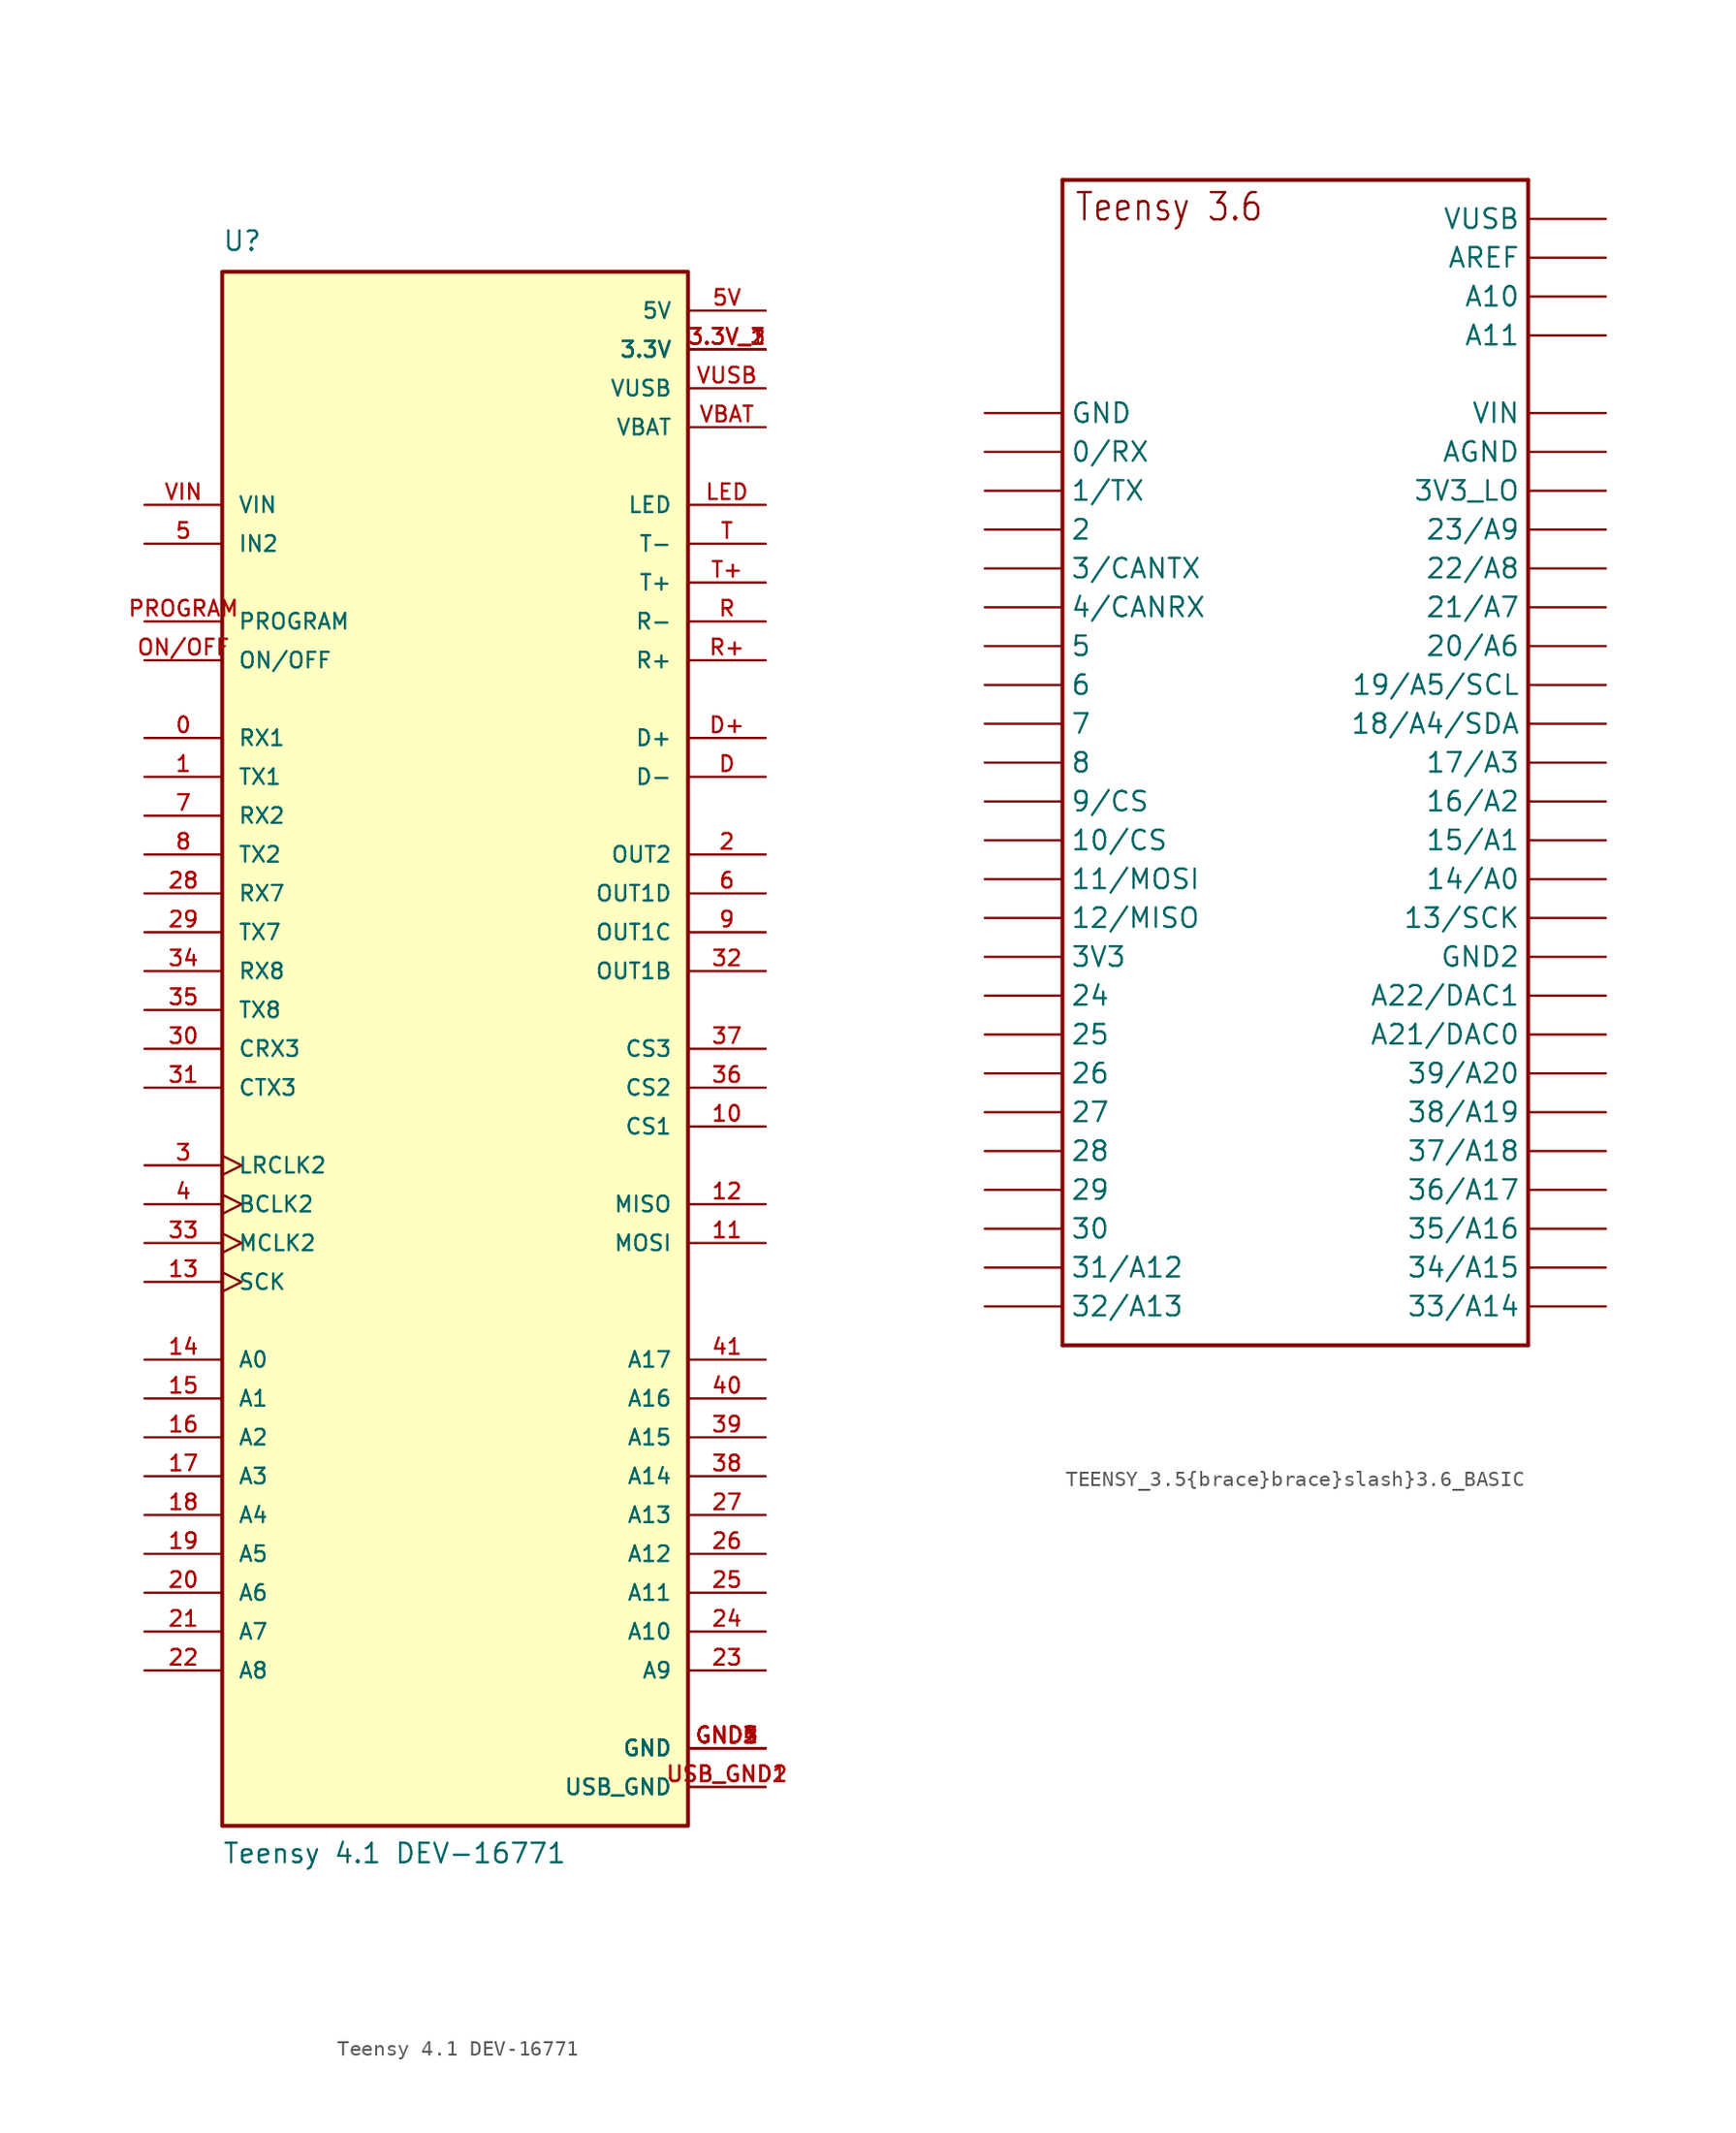
<source format=kicad_sym>
(kicad_symbol_lib
  (version 20211014)
  (generator kicad_symbol_editor)
  (symbol "Teensy 4.1 DEV-16771"
    (pin_names
      (offset 1.016))
    (property "Reference" "U"
      (at -15.24 52.07 0)
      (effects (font (size 1.27 1.27)) (justify left bottom)))
    (property "Value" "Teensy 4.1 DEV-16771"
      (at -15.24 -53.34 0)
      (effects (font (size 1.27 1.27)) (justify left bottom)))
    (property "ki_locked" ""
      (at 0 0 0)
      (effects (font (size 1.27 1.27))))
    (symbol "Teensy 4.1 DEV-16771_0_0"
      (rectangle (start -15.24 -50.8) (end 15.24 50.8) (stroke (width 0.254) (type default) (color 0 0 0 0)) (fill (type background)))
      (pin bidirectional line (at -20.32 20.32 0) (length 5.08) (name "RX1" (effects (font (size 1.016 1.016)))) (number "0" (effects (font (size 1.016 1.016)))))
      (pin bidirectional line (at -20.32 17.78 0) (length 5.08) (name "TX1" (effects (font (size 1.016 1.016)))) (number "1" (effects (font (size 1.016 1.016)))))
      (pin bidirectional line (at 20.32 -5.08 180) (length 5.08) (name "CS1" (effects (font (size 1.016 1.016)))) (number "10" (effects (font (size 1.016 1.016)))))
      (pin bidirectional line (at 20.32 -12.7 180) (length 5.08) (name "MOSI" (effects (font (size 1.016 1.016)))) (number "11" (effects (font (size 1.016 1.016)))))
      (pin bidirectional line (at 20.32 -10.16 180) (length 5.08) (name "MISO" (effects (font (size 1.016 1.016)))) (number "12" (effects (font (size 1.016 1.016)))))
      (pin bidirectional clock (at -20.32 -15.24 0) (length 5.08) (name "SCK" (effects (font (size 1.016 1.016)))) (number "13" (effects (font (size 1.016 1.016)))))
      (pin bidirectional line (at -20.32 -20.32 0) (length 5.08) (name "A0" (effects (font (size 1.016 1.016)))) (number "14" (effects (font (size 1.016 1.016)))))
      (pin bidirectional line (at -20.32 -22.86 0) (length 5.08) (name "A1" (effects (font (size 1.016 1.016)))) (number "15" (effects (font (size 1.016 1.016)))))
      (pin bidirectional line (at -20.32 -25.4 0) (length 5.08) (name "A2" (effects (font (size 1.016 1.016)))) (number "16" (effects (font (size 1.016 1.016)))))
      (pin bidirectional line (at -20.32 -27.94 0) (length 5.08) (name "A3" (effects (font (size 1.016 1.016)))) (number "17" (effects (font (size 1.016 1.016)))))
      (pin bidirectional line (at -20.32 -30.48 0) (length 5.08) (name "A4" (effects (font (size 1.016 1.016)))) (number "18" (effects (font (size 1.016 1.016)))))
      (pin bidirectional line (at -20.32 -33.02 0) (length 5.08) (name "A5" (effects (font (size 1.016 1.016)))) (number "19" (effects (font (size 1.016 1.016)))))
      (pin output line (at 20.32 12.7 180) (length 5.08) (name "OUT2" (effects (font (size 1.016 1.016)))) (number "2" (effects (font (size 1.016 1.016)))))
      (pin bidirectional line (at -20.32 -35.56 0) (length 5.08) (name "A6" (effects (font (size 1.016 1.016)))) (number "20" (effects (font (size 1.016 1.016)))))
      (pin bidirectional line (at -20.32 -38.1 0) (length 5.08) (name "A7" (effects (font (size 1.016 1.016)))) (number "21" (effects (font (size 1.016 1.016)))))
      (pin bidirectional line (at -20.32 -40.64 0) (length 5.08) (name "A8" (effects (font (size 1.016 1.016)))) (number "22" (effects (font (size 1.016 1.016)))))
      (pin bidirectional line (at 20.32 -40.64 180) (length 5.08) (name "A9" (effects (font (size 1.016 1.016)))) (number "23" (effects (font (size 1.016 1.016)))))
      (pin bidirectional line (at 20.32 -38.1 180) (length 5.08) (name "A10" (effects (font (size 1.016 1.016)))) (number "24" (effects (font (size 1.016 1.016)))))
      (pin bidirectional line (at 20.32 -35.56 180) (length 5.08) (name "A11" (effects (font (size 1.016 1.016)))) (number "25" (effects (font (size 1.016 1.016)))))
      (pin bidirectional line (at 20.32 -33.02 180) (length 5.08) (name "A12" (effects (font (size 1.016 1.016)))) (number "26" (effects (font (size 1.016 1.016)))))
      (pin bidirectional line (at 20.32 -30.48 180) (length 5.08) (name "A13" (effects (font (size 1.016 1.016)))) (number "27" (effects (font (size 1.016 1.016)))))
      (pin bidirectional line (at -20.32 10.16 0) (length 5.08) (name "RX7" (effects (font (size 1.016 1.016)))) (number "28" (effects (font (size 1.016 1.016)))))
      (pin bidirectional line (at -20.32 7.62 0) (length 5.08) (name "TX7" (effects (font (size 1.016 1.016)))) (number "29" (effects (font (size 1.016 1.016)))))
      (pin bidirectional clock (at -20.32 -7.62 0) (length 5.08) (name "LRCLK2" (effects (font (size 1.016 1.016)))) (number "3" (effects (font (size 1.016 1.016)))))
      (pin power_in line (at 20.32 45.72 180) (length 5.08) (name "3.3V" (effects (font (size 1.016 1.016)))) (number "3.3V_1" (effects (font (size 1.016 1.016)))))
      (pin power_in line (at 20.32 45.72 180) (length 5.08) (name "3.3V" (effects (font (size 1.016 1.016)))) (number "3.3V_2" (effects (font (size 1.016 1.016)))))
      (pin power_in line (at 20.32 45.72 180) (length 5.08) (name "3.3V" (effects (font (size 1.016 1.016)))) (number "3.3V_3" (effects (font (size 1.016 1.016)))))
      (pin bidirectional line (at -20.32 0 0) (length 5.08) (name "CRX3" (effects (font (size 1.016 1.016)))) (number "30" (effects (font (size 1.016 1.016)))))
      (pin bidirectional line (at -20.32 -2.54 0) (length 5.08) (name "CTX3" (effects (font (size 1.016 1.016)))) (number "31" (effects (font (size 1.016 1.016)))))
      (pin output line (at 20.32 5.08 180) (length 5.08) (name "OUT1B" (effects (font (size 1.016 1.016)))) (number "32" (effects (font (size 1.016 1.016)))))
      (pin bidirectional clock (at -20.32 -12.7 0) (length 5.08) (name "MCLK2" (effects (font (size 1.016 1.016)))) (number "33" (effects (font (size 1.016 1.016)))))
      (pin bidirectional line (at -20.32 5.08 0) (length 5.08) (name "RX8" (effects (font (size 1.016 1.016)))) (number "34" (effects (font (size 1.016 1.016)))))
      (pin bidirectional line (at -20.32 2.54 0) (length 5.08) (name "TX8" (effects (font (size 1.016 1.016)))) (number "35" (effects (font (size 1.016 1.016)))))
      (pin bidirectional line (at 20.32 -2.54 180) (length 5.08) (name "CS2" (effects (font (size 1.016 1.016)))) (number "36" (effects (font (size 1.016 1.016)))))
      (pin bidirectional line (at 20.32 0 180) (length 5.08) (name "CS3" (effects (font (size 1.016 1.016)))) (number "37" (effects (font (size 1.016 1.016)))))
      (pin bidirectional line (at 20.32 -27.94 180) (length 5.08) (name "A14" (effects (font (size 1.016 1.016)))) (number "38" (effects (font (size 1.016 1.016)))))
      (pin bidirectional line (at 20.32 -25.4 180) (length 5.08) (name "A15" (effects (font (size 1.016 1.016)))) (number "39" (effects (font (size 1.016 1.016)))))
      (pin bidirectional clock (at -20.32 -10.16 0) (length 5.08) (name "BCLK2" (effects (font (size 1.016 1.016)))) (number "4" (effects (font (size 1.016 1.016)))))
      (pin bidirectional line (at 20.32 -22.86 180) (length 5.08) (name "A16" (effects (font (size 1.016 1.016)))) (number "40" (effects (font (size 1.016 1.016)))))
      (pin bidirectional line (at 20.32 -20.32 180) (length 5.08) (name "A17" (effects (font (size 1.016 1.016)))) (number "41" (effects (font (size 1.016 1.016)))))
      (pin bidirectional line (at -20.32 33.02 0) (length 5.08) (name "IN2" (effects (font (size 1.016 1.016)))) (number "5" (effects (font (size 1.016 1.016)))))
      (pin power_in line (at 20.32 48.26 180) (length 5.08) (name "5V" (effects (font (size 1.016 1.016)))) (number "5V" (effects (font (size 1.016 1.016)))))
      (pin output line (at 20.32 10.16 180) (length 5.08) (name "OUT1D" (effects (font (size 1.016 1.016)))) (number "6" (effects (font (size 1.016 1.016)))))
      (pin bidirectional line (at -20.32 15.24 0) (length 5.08) (name "RX2" (effects (font (size 1.016 1.016)))) (number "7" (effects (font (size 1.016 1.016)))))
      (pin bidirectional line (at -20.32 12.7 0) (length 5.08) (name "TX2" (effects (font (size 1.016 1.016)))) (number "8" (effects (font (size 1.016 1.016)))))
      (pin output line (at 20.32 7.62 180) (length 5.08) (name "OUT1C" (effects (font (size 1.016 1.016)))) (number "9" (effects (font (size 1.016 1.016)))))
      (pin bidirectional line (at 20.32 17.78 180) (length 5.08) (name "D-" (effects (font (size 1.016 1.016)))) (number "D" (effects (font (size 1.016 1.016)))))
      (pin bidirectional line (at 20.32 20.32 180) (length 5.08) (name "D+" (effects (font (size 1.016 1.016)))) (number "D+" (effects (font (size 1.016 1.016)))))
      (pin power_in line (at 20.32 -45.72 180) (length 5.08) (name "GND" (effects (font (size 1.016 1.016)))) (number "GND1" (effects (font (size 1.016 1.016)))))
      (pin power_in line (at 20.32 -45.72 180) (length 5.08) (name "GND" (effects (font (size 1.016 1.016)))) (number "GND2" (effects (font (size 1.016 1.016)))))
      (pin power_in line (at 20.32 -45.72 180) (length 5.08) (name "GND" (effects (font (size 1.016 1.016)))) (number "GND3" (effects (font (size 1.016 1.016)))))
      (pin power_in line (at 20.32 -45.72 180) (length 5.08) (name "GND" (effects (font (size 1.016 1.016)))) (number "GND4" (effects (font (size 1.016 1.016)))))
      (pin power_in line (at 20.32 -45.72 180) (length 5.08) (name "GND" (effects (font (size 1.016 1.016)))) (number "GND5" (effects (font (size 1.016 1.016)))))
      (pin bidirectional line (at 20.32 35.56 180) (length 5.08) (name "LED" (effects (font (size 1.016 1.016)))) (number "LED" (effects (font (size 1.016 1.016)))))
      (pin bidirectional line (at -20.32 25.4 0) (length 5.08) (name "ON/OFF" (effects (font (size 1.016 1.016)))) (number "ON/OFF" (effects (font (size 1.016 1.016)))))
      (pin bidirectional line (at -20.32 27.94 0) (length 5.08) (name "PROGRAM" (effects (font (size 1.016 1.016)))) (number "PROGRAM" (effects (font (size 1.016 1.016)))))
      (pin bidirectional line (at 20.32 27.94 180) (length 5.08) (name "R-" (effects (font (size 1.016 1.016)))) (number "R" (effects (font (size 1.016 1.016)))))
      (pin bidirectional line (at 20.32 25.4 180) (length 5.08) (name "R+" (effects (font (size 1.016 1.016)))) (number "R+" (effects (font (size 1.016 1.016)))))
      (pin bidirectional line (at 20.32 33.02 180) (length 5.08) (name "T-" (effects (font (size 1.016 1.016)))) (number "T" (effects (font (size 1.016 1.016)))))
      (pin bidirectional line (at 20.32 30.48 180) (length 5.08) (name "T+" (effects (font (size 1.016 1.016)))) (number "T+" (effects (font (size 1.016 1.016)))))
      (pin power_in line (at 20.32 -48.26 180) (length 5.08) (name "USB_GND" (effects (font (size 1.016 1.016)))) (number "USB_GND1" (effects (font (size 1.016 1.016)))))
      (pin power_in line (at 20.32 -48.26 180) (length 5.08) (name "USB_GND" (effects (font (size 1.016 1.016)))) (number "USB_GND2" (effects (font (size 1.016 1.016)))))
      (pin passive line (at 20.32 40.64 180) (length 5.08) (name "VBAT" (effects (font (size 1.016 1.016)))) (number "VBAT" (effects (font (size 1.016 1.016)))))
      (pin input line (at -20.32 35.56 0) (length 5.08) (name "VIN" (effects (font (size 1.016 1.016)))) (number "VIN" (effects (font (size 1.016 1.016)))))
      (pin passive line (at 20.32 43.18 180) (length 5.08) (name "VUSB" (effects (font (size 1.016 1.016)))) (number "VUSB" (effects (font (size 1.016 1.016)))))))
  (symbol "TEENSY_3.5{brace}brace}slash}3.6_BASIC"
    (property "Reference" "U$1"
      (at 0 0 0)
      (effects (font (size 1.27 1.27)) hide))
    (symbol "TEENSY_3.5{brace}brace}slash}3.6_BASIC_1_0"
      (polyline (pts (xy -15.24 -48.26) (xy 15.24 -48.26)) (stroke (width 0.254) (type default) (color 0 0 0 0)) (fill (type none)))
      (polyline (pts (xy -15.24 27.94) (xy -15.24 -48.26)) (stroke (width 0.254) (type default) (color 0 0 0 0)) (fill (type none)))
      (polyline (pts (xy -15.24 27.94) (xy 15.24 27.94)) (stroke (width 0.254) (type default) (color 0 0 0 0)) (fill (type none)))
      (polyline (pts (xy 15.24 27.94) (xy 15.24 -48.26)) (stroke (width 0.254) (type default) (color 0 0 0 0)) (fill (type none)))
      (text "Teensy 3.6" (at -14.478 25.146 0) (effects (font (size 1.778 1.511)) (justify left bottom)))
      (pin bidirectional line (at -20.32 10.16 0) (length 5.08) (name "0/RX" (effects (font (size 1.27 1.27)))) (number "0/RX" (effects (font (size 0 0)))))
      (pin bidirectional line (at -20.32 7.62 0) (length 5.08) (name "1/TX" (effects (font (size 1.27 1.27)))) (number "1/TX" (effects (font (size 0 0)))))
      (pin bidirectional line (at -20.32 -15.24 0) (length 5.08) (name "10/CS" (effects (font (size 1.27 1.27)))) (number "10/CS" (effects (font (size 0 0)))))
      (pin bidirectional line (at -20.32 -17.78 0) (length 5.08) (name "11/MOSI" (effects (font (size 1.27 1.27)))) (number "11/MOSI" (effects (font (size 0 0)))))
      (pin bidirectional line (at -20.32 -20.32 0) (length 5.08) (name "12/MISO" (effects (font (size 1.27 1.27)))) (number "12/MISO" (effects (font (size 0 0)))))
      (pin bidirectional line (at 20.32 -20.32 180) (length 5.08) (name "13/SCK" (effects (font (size 1.27 1.27)))) (number "13/SCK" (effects (font (size 0 0)))))
      (pin bidirectional line (at 20.32 -17.78 180) (length 5.08) (name "14/A0" (effects (font (size 1.27 1.27)))) (number "14/A0" (effects (font (size 0 0)))))
      (pin bidirectional line (at 20.32 -15.24 180) (length 5.08) (name "15/A1" (effects (font (size 1.27 1.27)))) (number "15/A1" (effects (font (size 0 0)))))
      (pin bidirectional line (at 20.32 -12.7 180) (length 5.08) (name "16/A2" (effects (font (size 1.27 1.27)))) (number "16/A2" (effects (font (size 0 0)))))
      (pin bidirectional line (at 20.32 -10.16 180) (length 5.08) (name "17/A3" (effects (font (size 1.27 1.27)))) (number "17/A3" (effects (font (size 0 0)))))
      (pin bidirectional line (at 20.32 -7.62 180) (length 5.08) (name "18/A4/SDA" (effects (font (size 1.27 1.27)))) (number "18/A4/SDA" (effects (font (size 0 0)))))
      (pin bidirectional line (at 20.32 -5.08 180) (length 5.08) (name "19/A5/SCL" (effects (font (size 1.27 1.27)))) (number "19/A5/SCL" (effects (font (size 0 0)))))
      (pin bidirectional line (at -20.32 5.08 0) (length 5.08) (name "2" (effects (font (size 1.27 1.27)))) (number "2" (effects (font (size 0 0)))))
      (pin bidirectional line (at 20.32 -2.54 180) (length 5.08) (name "20/A6" (effects (font (size 1.27 1.27)))) (number "20/A6" (effects (font (size 0 0)))))
      (pin bidirectional line (at 20.32 0 180) (length 5.08) (name "21/A7" (effects (font (size 1.27 1.27)))) (number "21/A7" (effects (font (size 0 0)))))
      (pin bidirectional line (at 20.32 -27.94 180) (length 5.08) (name "A21/DAC0" (effects (font (size 1.27 1.27)))) (number "21/DAC0" (effects (font (size 0 0)))))
      (pin bidirectional line (at 20.32 2.54 180) (length 5.08) (name "22/A8" (effects (font (size 1.27 1.27)))) (number "22/A8" (effects (font (size 0 0)))))
      (pin bidirectional line (at 20.32 5.08 180) (length 5.08) (name "23/A9" (effects (font (size 1.27 1.27)))) (number "23/A9" (effects (font (size 0 0)))))
      (pin bidirectional line (at -20.32 -25.4 0) (length 5.08) (name "24" (effects (font (size 1.27 1.27)))) (number "24" (effects (font (size 0 0)))))
      (pin bidirectional line (at -20.32 -27.94 0) (length 5.08) (name "25" (effects (font (size 1.27 1.27)))) (number "25" (effects (font (size 0 0)))))
      (pin bidirectional line (at -20.32 -30.48 0) (length 5.08) (name "26" (effects (font (size 1.27 1.27)))) (number "26" (effects (font (size 0 0)))))
      (pin bidirectional line (at -20.32 -33.02 0) (length 5.08) (name "27" (effects (font (size 1.27 1.27)))) (number "27" (effects (font (size 0 0)))))
      (pin bidirectional line (at -20.32 -35.56 0) (length 5.08) (name "28" (effects (font (size 1.27 1.27)))) (number "28" (effects (font (size 0 0)))))
      (pin bidirectional line (at -20.32 -38.1 0) (length 5.08) (name "29" (effects (font (size 1.27 1.27)))) (number "29" (effects (font (size 0 0)))))
      (pin bidirectional line (at -20.32 2.54 0) (length 5.08) (name "3/CANTX" (effects (font (size 1.27 1.27)))) (number "3/CANTX" (effects (font (size 0 0)))))
      (pin bidirectional line (at -20.32 -40.64 0) (length 5.08) (name "30" (effects (font (size 1.27 1.27)))) (number "30" (effects (font (size 0 0)))))
      (pin bidirectional line (at -20.32 -43.18 0) (length 5.08) (name "31/A12" (effects (font (size 1.27 1.27)))) (number "31/A12" (effects (font (size 0 0)))))
      (pin bidirectional line (at -20.32 -45.72 0) (length 5.08) (name "32/A13" (effects (font (size 1.27 1.27)))) (number "32/A13" (effects (font (size 0 0)))))
      (pin bidirectional line (at 20.32 -45.72 180) (length 5.08) (name "33/A14" (effects (font (size 1.27 1.27)))) (number "33/A14" (effects (font (size 0 0)))))
      (pin bidirectional line (at 20.32 -43.18 180) (length 5.08) (name "34/A15" (effects (font (size 1.27 1.27)))) (number "34/A15" (effects (font (size 0 0)))))
      (pin bidirectional line (at 20.32 -40.64 180) (length 5.08) (name "35/A16" (effects (font (size 1.27 1.27)))) (number "35/A16" (effects (font (size 0 0)))))
      (pin bidirectional line (at 20.32 -38.1 180) (length 5.08) (name "36/A17" (effects (font (size 1.27 1.27)))) (number "36/A17" (effects (font (size 0 0)))))
      (pin bidirectional line (at 20.32 -35.56 180) (length 5.08) (name "37/A18" (effects (font (size 1.27 1.27)))) (number "37/A18" (effects (font (size 0 0)))))
      (pin bidirectional line (at 20.32 -33.02 180) (length 5.08) (name "38/A19" (effects (font (size 1.27 1.27)))) (number "38/A19" (effects (font (size 0 0)))))
      (pin bidirectional line (at 20.32 -30.48 180) (length 5.08) (name "39/A20" (effects (font (size 1.27 1.27)))) (number "39/A20" (effects (font (size 0 0)))))
      (pin bidirectional line (at -20.32 -22.86 0) (length 5.08) (name "3V3" (effects (font (size 1.27 1.27)))) (number "3V3" (effects (font (size 0 0)))))
      (pin bidirectional line (at 20.32 7.62 180) (length 5.08) (name "3V3_LO" (effects (font (size 1.27 1.27)))) (number "3V3_LO" (effects (font (size 0 0)))))
      (pin bidirectional line (at -20.32 0 0) (length 5.08) (name "4/CANRX" (effects (font (size 1.27 1.27)))) (number "4/CANRX" (effects (font (size 0 0)))))
      (pin bidirectional line (at -20.32 -2.54 0) (length 5.08) (name "5" (effects (font (size 1.27 1.27)))) (number "5" (effects (font (size 0 0)))))
      (pin bidirectional line (at -20.32 -5.08 0) (length 5.08) (name "6" (effects (font (size 1.27 1.27)))) (number "6" (effects (font (size 0 0)))))
      (pin bidirectional line (at -20.32 -7.62 0) (length 5.08) (name "7" (effects (font (size 1.27 1.27)))) (number "7" (effects (font (size 0 0)))))
      (pin bidirectional line (at -20.32 -10.16 0) (length 5.08) (name "8" (effects (font (size 1.27 1.27)))) (number "8" (effects (font (size 0 0)))))
      (pin bidirectional line (at -20.32 -12.7 0) (length 5.08) (name "9/CS" (effects (font (size 1.27 1.27)))) (number "9/CS" (effects (font (size 0 0)))))
      (pin bidirectional line (at 20.32 20.32 180) (length 5.08) (name "A10" (effects (font (size 1.27 1.27)))) (number "A10" (effects (font (size 0 0)))))
      (pin bidirectional line (at 20.32 17.78 180) (length 5.08) (name "A11" (effects (font (size 1.27 1.27)))) (number "A11" (effects (font (size 0 0)))))
      (pin bidirectional line (at 20.32 -25.4 180) (length 5.08) (name "A22/DAC1" (effects (font (size 1.27 1.27)))) (number "A22/DAC1" (effects (font (size 0 0)))))
      (pin bidirectional line (at 20.32 10.16 180) (length 5.08) (name "AGND" (effects (font (size 1.27 1.27)))) (number "AGND" (effects (font (size 0 0)))))
      (pin bidirectional line (at 20.32 22.86 180) (length 5.08) (name "AREF" (effects (font (size 1.27 1.27)))) (number "AREF" (effects (font (size 0 0)))))
      (pin bidirectional line (at -20.32 12.7 0) (length 5.08) (name "GND" (effects (font (size 1.27 1.27)))) (number "GND" (effects (font (size 0 0)))))
      (pin bidirectional line (at 20.32 -22.86 180) (length 5.08) (name "GND2" (effects (font (size 1.27 1.27)))) (number "GND2" (effects (font (size 0 0)))))
      (pin bidirectional line (at 20.32 12.7 180) (length 5.08) (name "VIN" (effects (font (size 1.27 1.27)))) (number "VIN" (effects (font (size 0 0)))))
      (pin bidirectional line (at 20.32 25.4 180) (length 5.08) (name "VUSB" (effects (font (size 1.27 1.27)))) (number "VUSB" (effects (font (size 0 0))))))))
</source>
